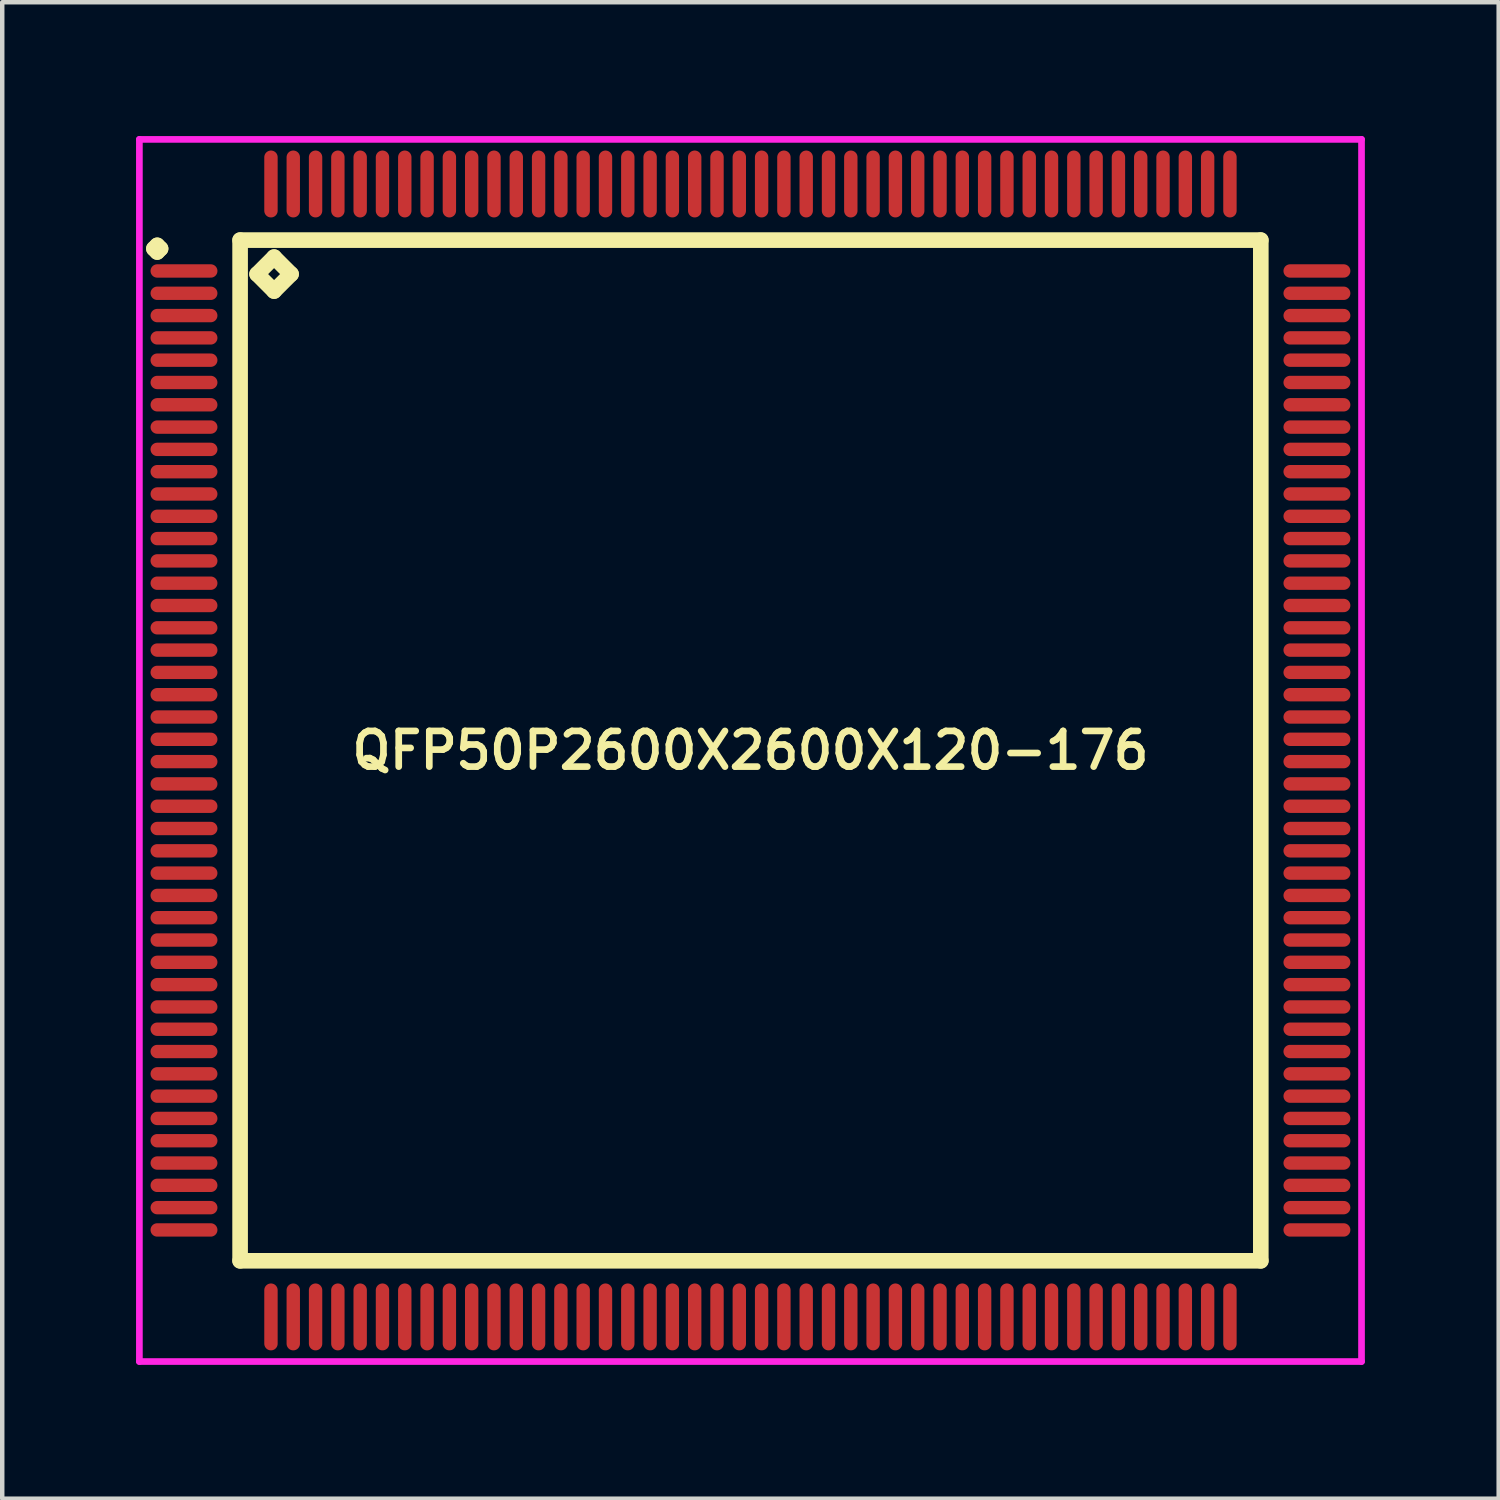
<source format=kicad_pcb>
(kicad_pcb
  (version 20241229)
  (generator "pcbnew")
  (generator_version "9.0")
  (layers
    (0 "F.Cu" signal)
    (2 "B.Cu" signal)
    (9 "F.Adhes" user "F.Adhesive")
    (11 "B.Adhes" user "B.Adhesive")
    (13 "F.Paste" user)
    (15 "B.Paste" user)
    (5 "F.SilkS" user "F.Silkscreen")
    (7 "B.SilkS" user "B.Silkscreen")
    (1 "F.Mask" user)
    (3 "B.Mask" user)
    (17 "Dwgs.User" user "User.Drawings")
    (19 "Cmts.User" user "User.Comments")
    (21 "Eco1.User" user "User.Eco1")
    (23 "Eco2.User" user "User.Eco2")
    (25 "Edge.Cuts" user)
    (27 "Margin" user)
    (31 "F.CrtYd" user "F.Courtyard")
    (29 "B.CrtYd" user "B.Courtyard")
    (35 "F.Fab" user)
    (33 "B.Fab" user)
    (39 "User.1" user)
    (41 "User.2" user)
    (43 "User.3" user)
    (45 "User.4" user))
  (footprint "QFP50P2600X2600X120-176"
    (layer "F.Cu")
    (at 13.775 13.775)
    (property "Reference" "QFP50P2600X2600X120-176" (at 0 0 0) (layer "F.SilkS") (effects (font (size 0.8 0.8) (thickness 0.15))))
    (attr through_hole)
    (fp_line (start -13.375 -11.25) (end -13.3 -11.325) (stroke (width 0.35) (type solid)) (layer "F.SilkS"))
    (fp_line (start -13.3 -11.325) (end -13.225 -11.25) (stroke (width 0.35) (type solid)) (layer "F.SilkS"))
    (fp_line (start -13.3 -11.175) (end -13.375 -11.25) (stroke (width 0.35) (type solid)) (layer "F.SilkS"))
    (fp_line (start -13.225 -11.25) (end -13.3 -11.175) (stroke (width 0.35) (type solid)) (layer "F.SilkS"))
    (fp_line (start -11.442 -11.442) (end -11.442 11.442) (stroke (width 0.35) (type solid)) (layer "F.SilkS"))
    (fp_line (start -11.442 11.442) (end 11.442 11.442) (stroke (width 0.35) (type solid)) (layer "F.SilkS"))
    (fp_line (start -11.061 -10.68) (end -10.68 -11.061) (stroke (width 0.35) (type solid)) (layer "F.SilkS"))
    (fp_line (start -10.68 -11.061) (end -10.299 -10.68) (stroke (width 0.35) (type solid)) (layer "F.SilkS"))
    (fp_line (start -10.68 -10.299) (end -11.061 -10.68) (stroke (width 0.35) (type solid)) (layer "F.SilkS"))
    (fp_line (start -10.299 -10.68) (end -10.68 -10.299) (stroke (width 0.35) (type solid)) (layer "F.SilkS"))
    (fp_line (start 11.442 -11.442) (end -11.442 -11.442) (stroke (width 0.35) (type solid)) (layer "F.SilkS"))
    (fp_line (start 11.442 11.442) (end 11.442 -11.442) (stroke (width 0.35) (type solid)) (layer "F.SilkS"))
    (fp_line (start -13.7 -13.7) (end 13.7 -13.7) (stroke (width 0.15) (type solid)) (layer "F.CrtYd"))
    (fp_line (start -13.7 13.7) (end -13.7 -13.7) (stroke (width 0.15) (type solid)) (layer "F.CrtYd"))
    (fp_line (start 13.7 -13.7) (end 13.7 13.7) (stroke (width 0.15) (type solid)) (layer "F.CrtYd"))
    (fp_line (start 13.7 13.7) (end -13.7 13.7) (stroke (width 0.15) (type solid)) (layer "F.CrtYd"))
    (pad "1" smd oval (at -12.7 -10.75) (size 1.5 0.3) (layers "F.Cu" "F.Mask" "F.Paste"))
    (pad "2" smd oval (at -12.7 -10.25) (size 1.5 0.3) (layers "F.Cu" "F.Mask" "F.Paste"))
    (pad "3" smd oval (at -12.7 -9.75) (size 1.5 0.3) (layers "F.Cu" "F.Mask" "F.Paste"))
    (pad "4" smd oval (at -12.7 -9.25) (size 1.5 0.3) (layers "F.Cu" "F.Mask" "F.Paste"))
    (pad "5" smd oval (at -12.7 -8.75) (size 1.5 0.3) (layers "F.Cu" "F.Mask" "F.Paste"))
    (pad "6" smd oval (at -12.7 -8.25) (size 1.5 0.3) (layers "F.Cu" "F.Mask" "F.Paste"))
    (pad "7" smd oval (at -12.7 -7.75) (size 1.5 0.3) (layers "F.Cu" "F.Mask" "F.Paste"))
    (pad "8" smd oval (at -12.7 -7.25) (size 1.5 0.3) (layers "F.Cu" "F.Mask" "F.Paste"))
    (pad "9" smd oval (at -12.7 -6.75) (size 1.5 0.3) (layers "F.Cu" "F.Mask" "F.Paste"))
    (pad "10" smd oval (at -12.7 -6.25) (size 1.5 0.3) (layers "F.Cu" "F.Mask" "F.Paste"))
    (pad "11" smd oval (at -12.7 -5.75) (size 1.5 0.3) (layers "F.Cu" "F.Mask" "F.Paste"))
    (pad "12" smd oval (at -12.7 -5.25) (size 1.5 0.3) (layers "F.Cu" "F.Mask" "F.Paste"))
    (pad "13" smd oval (at -12.7 -4.75) (size 1.5 0.3) (layers "F.Cu" "F.Mask" "F.Paste"))
    (pad "14" smd oval (at -12.7 -4.25) (size 1.5 0.3) (layers "F.Cu" "F.Mask" "F.Paste"))
    (pad "15" smd oval (at -12.7 -3.75) (size 1.5 0.3) (layers "F.Cu" "F.Mask" "F.Paste"))
    (pad "16" smd oval (at -12.7 -3.25) (size 1.5 0.3) (layers "F.Cu" "F.Mask" "F.Paste"))
    (pad "17" smd oval (at -12.7 -2.75) (size 1.5 0.3) (layers "F.Cu" "F.Mask" "F.Paste"))
    (pad "18" smd oval (at -12.7 -2.25) (size 1.5 0.3) (layers "F.Cu" "F.Mask" "F.Paste"))
    (pad "19" smd oval (at -12.7 -1.75) (size 1.5 0.3) (layers "F.Cu" "F.Mask" "F.Paste"))
    (pad "20" smd oval (at -12.7 -1.25) (size 1.5 0.3) (layers "F.Cu" "F.Mask" "F.Paste"))
    (pad "21" smd oval (at -12.7 -0.75) (size 1.5 0.3) (layers "F.Cu" "F.Mask" "F.Paste"))
    (pad "22" smd oval (at -12.7 -0.25) (size 1.5 0.3) (layers "F.Cu" "F.Mask" "F.Paste"))
    (pad "23" smd oval (at -12.7 0.25) (size 1.5 0.3) (layers "F.Cu" "F.Mask" "F.Paste"))
    (pad "24" smd oval (at -12.7 0.75) (size 1.5 0.3) (layers "F.Cu" "F.Mask" "F.Paste"))
    (pad "25" smd oval (at -12.7 1.25) (size 1.5 0.3) (layers "F.Cu" "F.Mask" "F.Paste"))
    (pad "26" smd oval (at -12.7 1.75) (size 1.5 0.3) (layers "F.Cu" "F.Mask" "F.Paste"))
    (pad "27" smd oval (at -12.7 2.25) (size 1.5 0.3) (layers "F.Cu" "F.Mask" "F.Paste"))
    (pad "28" smd oval (at -12.7 2.75) (size 1.5 0.3) (layers "F.Cu" "F.Mask" "F.Paste"))
    (pad "29" smd oval (at -12.7 3.25) (size 1.5 0.3) (layers "F.Cu" "F.Mask" "F.Paste"))
    (pad "30" smd oval (at -12.7 3.75) (size 1.5 0.3) (layers "F.Cu" "F.Mask" "F.Paste"))
    (pad "31" smd oval (at -12.7 4.25) (size 1.5 0.3) (layers "F.Cu" "F.Mask" "F.Paste"))
    (pad "32" smd oval (at -12.7 4.75) (size 1.5 0.3) (layers "F.Cu" "F.Mask" "F.Paste"))
    (pad "33" smd oval (at -12.7 5.25) (size 1.5 0.3) (layers "F.Cu" "F.Mask" "F.Paste"))
    (pad "34" smd oval (at -12.7 5.75) (size 1.5 0.3) (layers "F.Cu" "F.Mask" "F.Paste"))
    (pad "35" smd oval (at -12.7 6.25) (size 1.5 0.3) (layers "F.Cu" "F.Mask" "F.Paste"))
    (pad "36" smd oval (at -12.7 6.75) (size 1.5 0.3) (layers "F.Cu" "F.Mask" "F.Paste"))
    (pad "37" smd oval (at -12.7 7.25) (size 1.5 0.3) (layers "F.Cu" "F.Mask" "F.Paste"))
    (pad "38" smd oval (at -12.7 7.75) (size 1.5 0.3) (layers "F.Cu" "F.Mask" "F.Paste"))
    (pad "39" smd oval (at -12.7 8.25) (size 1.5 0.3) (layers "F.Cu" "F.Mask" "F.Paste"))
    (pad "40" smd oval (at -12.7 8.75) (size 1.5 0.3) (layers "F.Cu" "F.Mask" "F.Paste"))
    (pad "41" smd oval (at -12.7 9.25) (size 1.5 0.3) (layers "F.Cu" "F.Mask" "F.Paste"))
    (pad "42" smd oval (at -12.7 9.75) (size 1.5 0.3) (layers "F.Cu" "F.Mask" "F.Paste"))
    (pad "43" smd oval (at -12.7 10.25) (size 1.5 0.3) (layers "F.Cu" "F.Mask" "F.Paste"))
    (pad "44" smd oval (at -12.7 10.75) (size 1.5 0.3) (layers "F.Cu" "F.Mask" "F.Paste"))
    (pad "45" smd oval (at -10.75 12.7) (size 0.3 1.5) (layers "F.Cu" "F.Mask" "F.Paste"))
    (pad "46" smd oval (at -10.25 12.7) (size 0.3 1.5) (layers "F.Cu" "F.Mask" "F.Paste"))
    (pad "47" smd oval (at -9.75 12.7) (size 0.3 1.5) (layers "F.Cu" "F.Mask" "F.Paste"))
    (pad "48" smd oval (at -9.25 12.7) (size 0.3 1.5) (layers "F.Cu" "F.Mask" "F.Paste"))
    (pad "49" smd oval (at -8.75 12.7) (size 0.3 1.5) (layers "F.Cu" "F.Mask" "F.Paste"))
    (pad "50" smd oval (at -8.25 12.7) (size 0.3 1.5) (layers "F.Cu" "F.Mask" "F.Paste"))
    (pad "51" smd oval (at -7.75 12.7) (size 0.3 1.5) (layers "F.Cu" "F.Mask" "F.Paste"))
    (pad "52" smd oval (at -7.25 12.7) (size 0.3 1.5) (layers "F.Cu" "F.Mask" "F.Paste"))
    (pad "53" smd oval (at -6.75 12.7) (size 0.3 1.5) (layers "F.Cu" "F.Mask" "F.Paste"))
    (pad "54" smd oval (at -6.25 12.7) (size 0.3 1.5) (layers "F.Cu" "F.Mask" "F.Paste"))
    (pad "55" smd oval (at -5.75 12.7) (size 0.3 1.5) (layers "F.Cu" "F.Mask" "F.Paste"))
    (pad "56" smd oval (at -5.25 12.7) (size 0.3 1.5) (layers "F.Cu" "F.Mask" "F.Paste"))
    (pad "57" smd oval (at -4.75 12.7) (size 0.3 1.5) (layers "F.Cu" "F.Mask" "F.Paste"))
    (pad "58" smd oval (at -4.25 12.7) (size 0.3 1.5) (layers "F.Cu" "F.Mask" "F.Paste"))
    (pad "59" smd oval (at -3.75 12.7) (size 0.3 1.5) (layers "F.Cu" "F.Mask" "F.Paste"))
    (pad "60" smd oval (at -3.25 12.7) (size 0.3 1.5) (layers "F.Cu" "F.Mask" "F.Paste"))
    (pad "61" smd oval (at -2.75 12.7) (size 0.3 1.5) (layers "F.Cu" "F.Mask" "F.Paste"))
    (pad "62" smd oval (at -2.25 12.7) (size 0.3 1.5) (layers "F.Cu" "F.Mask" "F.Paste"))
    (pad "63" smd oval (at -1.75 12.7) (size 0.3 1.5) (layers "F.Cu" "F.Mask" "F.Paste"))
    (pad "64" smd oval (at -1.25 12.7) (size 0.3 1.5) (layers "F.Cu" "F.Mask" "F.Paste"))
    (pad "65" smd oval (at -0.75 12.7) (size 0.3 1.5) (layers "F.Cu" "F.Mask" "F.Paste"))
    (pad "66" smd oval (at -0.25 12.7) (size 0.3 1.5) (layers "F.Cu" "F.Mask" "F.Paste"))
    (pad "67" smd oval (at 0.25 12.7) (size 0.3 1.5) (layers "F.Cu" "F.Mask" "F.Paste"))
    (pad "68" smd oval (at 0.75 12.7) (size 0.3 1.5) (layers "F.Cu" "F.Mask" "F.Paste"))
    (pad "69" smd oval (at 1.25 12.7) (size 0.3 1.5) (layers "F.Cu" "F.Mask" "F.Paste"))
    (pad "70" smd oval (at 1.75 12.7) (size 0.3 1.5) (layers "F.Cu" "F.Mask" "F.Paste"))
    (pad "71" smd oval (at 2.25 12.7) (size 0.3 1.5) (layers "F.Cu" "F.Mask" "F.Paste"))
    (pad "72" smd oval (at 2.75 12.7) (size 0.3 1.5) (layers "F.Cu" "F.Mask" "F.Paste"))
    (pad "73" smd oval (at 3.25 12.7) (size 0.3 1.5) (layers "F.Cu" "F.Mask" "F.Paste"))
    (pad "74" smd oval (at 3.75 12.7) (size 0.3 1.5) (layers "F.Cu" "F.Mask" "F.Paste"))
    (pad "75" smd oval (at 4.25 12.7) (size 0.3 1.5) (layers "F.Cu" "F.Mask" "F.Paste"))
    (pad "76" smd oval (at 4.75 12.7) (size 0.3 1.5) (layers "F.Cu" "F.Mask" "F.Paste"))
    (pad "77" smd oval (at 5.25 12.7) (size 0.3 1.5) (layers "F.Cu" "F.Mask" "F.Paste"))
    (pad "78" smd oval (at 5.75 12.7) (size 0.3 1.5) (layers "F.Cu" "F.Mask" "F.Paste"))
    (pad "79" smd oval (at 6.25 12.7) (size 0.3 1.5) (layers "F.Cu" "F.Mask" "F.Paste"))
    (pad "80" smd oval (at 6.75 12.7) (size 0.3 1.5) (layers "F.Cu" "F.Mask" "F.Paste"))
    (pad "81" smd oval (at 7.25 12.7) (size 0.3 1.5) (layers "F.Cu" "F.Mask" "F.Paste"))
    (pad "82" smd oval (at 7.75 12.7) (size 0.3 1.5) (layers "F.Cu" "F.Mask" "F.Paste"))
    (pad "83" smd oval (at 8.25 12.7) (size 0.3 1.5) (layers "F.Cu" "F.Mask" "F.Paste"))
    (pad "84" smd oval (at 8.75 12.7) (size 0.3 1.5) (layers "F.Cu" "F.Mask" "F.Paste"))
    (pad "85" smd oval (at 9.25 12.7) (size 0.3 1.5) (layers "F.Cu" "F.Mask" "F.Paste"))
    (pad "86" smd oval (at 9.75 12.7) (size 0.3 1.5) (layers "F.Cu" "F.Mask" "F.Paste"))
    (pad "87" smd oval (at 10.25 12.7) (size 0.3 1.5) (layers "F.Cu" "F.Mask" "F.Paste"))
    (pad "88" smd oval (at 10.75 12.7) (size 0.3 1.5) (layers "F.Cu" "F.Mask" "F.Paste"))
    (pad "89" smd oval (at 12.7 10.75) (size 1.5 0.3) (layers "F.Cu" "F.Mask" "F.Paste"))
    (pad "90" smd oval (at 12.7 10.25) (size 1.5 0.3) (layers "F.Cu" "F.Mask" "F.Paste"))
    (pad "91" smd oval (at 12.7 9.75) (size 1.5 0.3) (layers "F.Cu" "F.Mask" "F.Paste"))
    (pad "92" smd oval (at 12.7 9.25) (size 1.5 0.3) (layers "F.Cu" "F.Mask" "F.Paste"))
    (pad "93" smd oval (at 12.7 8.75) (size 1.5 0.3) (layers "F.Cu" "F.Mask" "F.Paste"))
    (pad "94" smd oval (at 12.7 8.25) (size 1.5 0.3) (layers "F.Cu" "F.Mask" "F.Paste"))
    (pad "95" smd oval (at 12.7 7.75) (size 1.5 0.3) (layers "F.Cu" "F.Mask" "F.Paste"))
    (pad "96" smd oval (at 12.7 7.25) (size 1.5 0.3) (layers "F.Cu" "F.Mask" "F.Paste"))
    (pad "97" smd oval (at 12.7 6.75) (size 1.5 0.3) (layers "F.Cu" "F.Mask" "F.Paste"))
    (pad "98" smd oval (at 12.7 6.25) (size 1.5 0.3) (layers "F.Cu" "F.Mask" "F.Paste"))
    (pad "99" smd oval (at 12.7 5.75) (size 1.5 0.3) (layers "F.Cu" "F.Mask" "F.Paste"))
    (pad "100" smd oval (at 12.7 5.25) (size 1.5 0.3) (layers "F.Cu" "F.Mask" "F.Paste"))
    (pad "101" smd oval (at 12.7 4.75) (size 1.5 0.3) (layers "F.Cu" "F.Mask" "F.Paste"))
    (pad "102" smd oval (at 12.7 4.25) (size 1.5 0.3) (layers "F.Cu" "F.Mask" "F.Paste"))
    (pad "103" smd oval (at 12.7 3.75) (size 1.5 0.3) (layers "F.Cu" "F.Mask" "F.Paste"))
    (pad "104" smd oval (at 12.7 3.25) (size 1.5 0.3) (layers "F.Cu" "F.Mask" "F.Paste"))
    (pad "105" smd oval (at 12.7 2.75) (size 1.5 0.3) (layers "F.Cu" "F.Mask" "F.Paste"))
    (pad "106" smd oval (at 12.7 2.25) (size 1.5 0.3) (layers "F.Cu" "F.Mask" "F.Paste"))
    (pad "107" smd oval (at 12.7 1.75) (size 1.5 0.3) (layers "F.Cu" "F.Mask" "F.Paste"))
    (pad "108" smd oval (at 12.7 1.25) (size 1.5 0.3) (layers "F.Cu" "F.Mask" "F.Paste"))
    (pad "109" smd oval (at 12.7 0.75) (size 1.5 0.3) (layers "F.Cu" "F.Mask" "F.Paste"))
    (pad "110" smd oval (at 12.7 0.25) (size 1.5 0.3) (layers "F.Cu" "F.Mask" "F.Paste"))
    (pad "111" smd oval (at 12.7 -0.25) (size 1.5 0.3) (layers "F.Cu" "F.Mask" "F.Paste"))
    (pad "112" smd oval (at 12.7 -0.75) (size 1.5 0.3) (layers "F.Cu" "F.Mask" "F.Paste"))
    (pad "113" smd oval (at 12.7 -1.25) (size 1.5 0.3) (layers "F.Cu" "F.Mask" "F.Paste"))
    (pad "114" smd oval (at 12.7 -1.75) (size 1.5 0.3) (layers "F.Cu" "F.Mask" "F.Paste"))
    (pad "115" smd oval (at 12.7 -2.25) (size 1.5 0.3) (layers "F.Cu" "F.Mask" "F.Paste"))
    (pad "116" smd oval (at 12.7 -2.75) (size 1.5 0.3) (layers "F.Cu" "F.Mask" "F.Paste"))
    (pad "117" smd oval (at 12.7 -3.25) (size 1.5 0.3) (layers "F.Cu" "F.Mask" "F.Paste"))
    (pad "118" smd oval (at 12.7 -3.75) (size 1.5 0.3) (layers "F.Cu" "F.Mask" "F.Paste"))
    (pad "119" smd oval (at 12.7 -4.25) (size 1.5 0.3) (layers "F.Cu" "F.Mask" "F.Paste"))
    (pad "120" smd oval (at 12.7 -4.75) (size 1.5 0.3) (layers "F.Cu" "F.Mask" "F.Paste"))
    (pad "121" smd oval (at 12.7 -5.25) (size 1.5 0.3) (layers "F.Cu" "F.Mask" "F.Paste"))
    (pad "122" smd oval (at 12.7 -5.75) (size 1.5 0.3) (layers "F.Cu" "F.Mask" "F.Paste"))
    (pad "123" smd oval (at 12.7 -6.25) (size 1.5 0.3) (layers "F.Cu" "F.Mask" "F.Paste"))
    (pad "124" smd oval (at 12.7 -6.75) (size 1.5 0.3) (layers "F.Cu" "F.Mask" "F.Paste"))
    (pad "125" smd oval (at 12.7 -7.25) (size 1.5 0.3) (layers "F.Cu" "F.Mask" "F.Paste"))
    (pad "126" smd oval (at 12.7 -7.75) (size 1.5 0.3) (layers "F.Cu" "F.Mask" "F.Paste"))
    (pad "127" smd oval (at 12.7 -8.25) (size 1.5 0.3) (layers "F.Cu" "F.Mask" "F.Paste"))
    (pad "128" smd oval (at 12.7 -8.75) (size 1.5 0.3) (layers "F.Cu" "F.Mask" "F.Paste"))
    (pad "129" smd oval (at 12.7 -9.25) (size 1.5 0.3) (layers "F.Cu" "F.Mask" "F.Paste"))
    (pad "130" smd oval (at 12.7 -9.75) (size 1.5 0.3) (layers "F.Cu" "F.Mask" "F.Paste"))
    (pad "131" smd oval (at 12.7 -10.25) (size 1.5 0.3) (layers "F.Cu" "F.Mask" "F.Paste"))
    (pad "132" smd oval (at 12.7 -10.75) (size 1.5 0.3) (layers "F.Cu" "F.Mask" "F.Paste"))
    (pad "133" smd oval (at 10.75 -12.7) (size 0.3 1.5) (layers "F.Cu" "F.Mask" "F.Paste"))
    (pad "134" smd oval (at 10.25 -12.7) (size 0.3 1.5) (layers "F.Cu" "F.Mask" "F.Paste"))
    (pad "135" smd oval (at 9.75 -12.7) (size 0.3 1.5) (layers "F.Cu" "F.Mask" "F.Paste"))
    (pad "136" smd oval (at 9.25 -12.7) (size 0.3 1.5) (layers "F.Cu" "F.Mask" "F.Paste"))
    (pad "137" smd oval (at 8.75 -12.7) (size 0.3 1.5) (layers "F.Cu" "F.Mask" "F.Paste"))
    (pad "138" smd oval (at 8.25 -12.7) (size 0.3 1.5) (layers "F.Cu" "F.Mask" "F.Paste"))
    (pad "139" smd oval (at 7.75 -12.7) (size 0.3 1.5) (layers "F.Cu" "F.Mask" "F.Paste"))
    (pad "140" smd oval (at 7.25 -12.7) (size 0.3 1.5) (layers "F.Cu" "F.Mask" "F.Paste"))
    (pad "141" smd oval (at 6.75 -12.7) (size 0.3 1.5) (layers "F.Cu" "F.Mask" "F.Paste"))
    (pad "142" smd oval (at 6.25 -12.7) (size 0.3 1.5) (layers "F.Cu" "F.Mask" "F.Paste"))
    (pad "143" smd oval (at 5.75 -12.7) (size 0.3 1.5) (layers "F.Cu" "F.Mask" "F.Paste"))
    (pad "144" smd oval (at 5.25 -12.7) (size 0.3 1.5) (layers "F.Cu" "F.Mask" "F.Paste"))
    (pad "145" smd oval (at 4.75 -12.7) (size 0.3 1.5) (layers "F.Cu" "F.Mask" "F.Paste"))
    (pad "146" smd oval (at 4.25 -12.7) (size 0.3 1.5) (layers "F.Cu" "F.Mask" "F.Paste"))
    (pad "147" smd oval (at 3.75 -12.7) (size 0.3 1.5) (layers "F.Cu" "F.Mask" "F.Paste"))
    (pad "148" smd oval (at 3.25 -12.7) (size 0.3 1.5) (layers "F.Cu" "F.Mask" "F.Paste"))
    (pad "149" smd oval (at 2.75 -12.7) (size 0.3 1.5) (layers "F.Cu" "F.Mask" "F.Paste"))
    (pad "150" smd oval (at 2.25 -12.7) (size 0.3 1.5) (layers "F.Cu" "F.Mask" "F.Paste"))
    (pad "151" smd oval (at 1.75 -12.7) (size 0.3 1.5) (layers "F.Cu" "F.Mask" "F.Paste"))
    (pad "152" smd oval (at 1.25 -12.7) (size 0.3 1.5) (layers "F.Cu" "F.Mask" "F.Paste"))
    (pad "153" smd oval (at 0.75 -12.7) (size 0.3 1.5) (layers "F.Cu" "F.Mask" "F.Paste"))
    (pad "154" smd oval (at 0.25 -12.7) (size 0.3 1.5) (layers "F.Cu" "F.Mask" "F.Paste"))
    (pad "155" smd oval (at -0.25 -12.7) (size 0.3 1.5) (layers "F.Cu" "F.Mask" "F.Paste"))
    (pad "156" smd oval (at -0.75 -12.7) (size 0.3 1.5) (layers "F.Cu" "F.Mask" "F.Paste"))
    (pad "157" smd oval (at -1.25 -12.7) (size 0.3 1.5) (layers "F.Cu" "F.Mask" "F.Paste"))
    (pad "158" smd oval (at -1.75 -12.7) (size 0.3 1.5) (layers "F.Cu" "F.Mask" "F.Paste"))
    (pad "159" smd oval (at -2.25 -12.7) (size 0.3 1.5) (layers "F.Cu" "F.Mask" "F.Paste"))
    (pad "160" smd oval (at -2.75 -12.7) (size 0.3 1.5) (layers "F.Cu" "F.Mask" "F.Paste"))
    (pad "161" smd oval (at -3.25 -12.7) (size 0.3 1.5) (layers "F.Cu" "F.Mask" "F.Paste"))
    (pad "162" smd oval (at -3.75 -12.7) (size 0.3 1.5) (layers "F.Cu" "F.Mask" "F.Paste"))
    (pad "163" smd oval (at -4.25 -12.7) (size 0.3 1.5) (layers "F.Cu" "F.Mask" "F.Paste"))
    (pad "164" smd oval (at -4.75 -12.7) (size 0.3 1.5) (layers "F.Cu" "F.Mask" "F.Paste"))
    (pad "165" smd oval (at -5.25 -12.7) (size 0.3 1.5) (layers "F.Cu" "F.Mask" "F.Paste"))
    (pad "166" smd oval (at -5.75 -12.7) (size 0.3 1.5) (layers "F.Cu" "F.Mask" "F.Paste"))
    (pad "167" smd oval (at -6.25 -12.7) (size 0.3 1.5) (layers "F.Cu" "F.Mask" "F.Paste"))
    (pad "168" smd oval (at -6.75 -12.7) (size 0.3 1.5) (layers "F.Cu" "F.Mask" "F.Paste"))
    (pad "169" smd oval (at -7.25 -12.7) (size 0.3 1.5) (layers "F.Cu" "F.Mask" "F.Paste"))
    (pad "170" smd oval (at -7.75 -12.7) (size 0.3 1.5) (layers "F.Cu" "F.Mask" "F.Paste"))
    (pad "171" smd oval (at -8.25 -12.7) (size 0.3 1.5) (layers "F.Cu" "F.Mask" "F.Paste"))
    (pad "172" smd oval (at -8.75 -12.7) (size 0.3 1.5) (layers "F.Cu" "F.Mask" "F.Paste"))
    (pad "173" smd oval (at -9.25 -12.7) (size 0.3 1.5) (layers "F.Cu" "F.Mask" "F.Paste"))
    (pad "174" smd oval (at -9.75 -12.7) (size 0.3 1.5) (layers "F.Cu" "F.Mask" "F.Paste"))
    (pad "175" smd oval (at -10.25 -12.7) (size 0.3 1.5) (layers "F.Cu" "F.Mask" "F.Paste"))
    (pad "176" smd oval (at -10.75 -12.7) (size 0.3 1.5) (layers "F.Cu" "F.Mask" "F.Paste")))
  (gr_rect
    (start -3 -3)
    (end 30.55 30.55)
    (stroke (width 0.1) (type default))
    (fill no)
    (layer "Edge.Cuts")))
</source>
